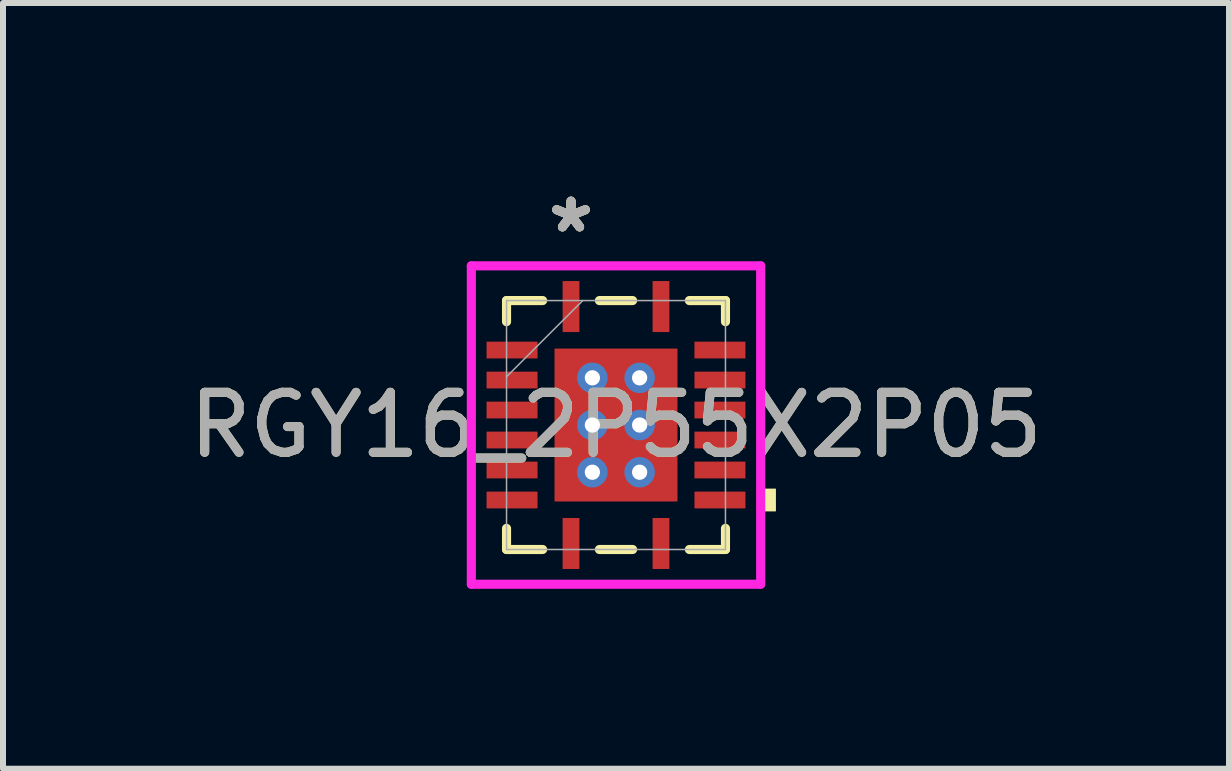
<source format=kicad_pcb>
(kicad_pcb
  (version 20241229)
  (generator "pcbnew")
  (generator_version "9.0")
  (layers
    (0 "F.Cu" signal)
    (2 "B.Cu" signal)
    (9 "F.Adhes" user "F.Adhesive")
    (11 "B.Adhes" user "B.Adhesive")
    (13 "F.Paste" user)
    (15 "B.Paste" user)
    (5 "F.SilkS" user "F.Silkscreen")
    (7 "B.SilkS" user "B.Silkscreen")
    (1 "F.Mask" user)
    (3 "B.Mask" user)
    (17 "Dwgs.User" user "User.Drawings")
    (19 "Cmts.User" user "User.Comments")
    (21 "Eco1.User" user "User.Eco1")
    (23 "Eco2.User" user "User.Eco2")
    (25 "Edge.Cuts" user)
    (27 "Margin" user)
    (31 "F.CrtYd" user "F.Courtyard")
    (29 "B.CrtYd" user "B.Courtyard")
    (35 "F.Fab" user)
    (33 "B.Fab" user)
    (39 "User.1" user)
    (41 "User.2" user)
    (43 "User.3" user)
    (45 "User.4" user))
  (footprint "RGY16_2P55X2P05"
    (layer "F.Cu")
    (at 7.22 4.036)
    (property "Reference" "RGY16_2P55X2P05" (at 0 0 0) (unlocked yes) (layer "F.SilkS") (effects (font (size 1 1) (thickness 0.15))))
    (attr smd)
    (fp_poly (pts (xy -2.228 -1.46) (xy -2.228 -1.04) (xy -1.238 -1.04) (xy -1.238 -1.46)) (stroke (width 0) (type solid)) (fill yes) (layer "F.Mask"))
    (fp_poly (pts (xy -2.228 -0.96) (xy -2.228 -0.54) (xy -1.238 -0.54) (xy -1.238 -0.96)) (stroke (width 0) (type solid)) (fill yes) (layer "F.Mask"))
    (fp_poly (pts (xy -2.228 -0.46) (xy -2.228 -0.04) (xy -1.238 -0.04) (xy -1.238 -0.46)) (stroke (width 0) (type solid)) (fill yes) (layer "F.Mask"))
    (fp_poly (pts (xy -2.228 0.04) (xy -2.228 0.46) (xy -1.238 0.46) (xy -1.238 0.04)) (stroke (width 0) (type solid)) (fill yes) (layer "F.Mask"))
    (fp_poly (pts (xy -2.228 0.54) (xy -2.228 0.96) (xy -1.238 0.96) (xy -1.238 0.54)) (stroke (width 0) (type solid)) (fill yes) (layer "F.Mask"))
    (fp_poly (pts (xy -2.228 1.04) (xy -2.228 1.46) (xy -1.238 1.46) (xy -1.238 1.04)) (stroke (width 0) (type solid)) (fill yes) (layer "F.Mask"))
    (fp_poly (pts (xy -1.089 -1.339) (xy -0.594 -1.339) (xy -0.594 1.339) (xy -1.089 1.339)) (stroke (width 0) (type solid)) (fill yes) (layer "F.Mask"))
    (fp_poly (pts (xy -1.089 -1.339) (xy 1.089 -1.339) (xy 1.089 -0.987) (xy -1.089 -0.987)) (stroke (width 0) (type solid)) (fill yes) (layer "F.Mask"))
    (fp_poly (pts (xy -1.089 -0.587) (xy 1.089 -0.587) (xy 1.089 -0.2) (xy -1.089 -0.2)) (stroke (width 0) (type solid)) (fill yes) (layer "F.Mask"))
    (fp_poly (pts (xy -1.089 0.2) (xy 1.089 0.2) (xy 1.089 0.587) (xy -1.089 0.587)) (stroke (width 0) (type solid)) (fill yes) (layer "F.Mask"))
    (fp_poly (pts (xy -1.089 0.987) (xy 1.089 0.987) (xy 1.089 1.339) (xy -1.089 1.339)) (stroke (width 0) (type solid)) (fill yes) (layer "F.Mask"))
    (fp_poly (pts (xy -0.96 -2.47) (xy -0.96 -1.48) (xy -0.54 -1.48) (xy -0.54 -2.47)) (stroke (width 0) (type solid)) (fill yes) (layer "F.Mask"))
    (fp_poly (pts (xy -0.96 1.48) (xy -0.96 2.47) (xy -0.54 2.47) (xy -0.54 1.48)) (stroke (width 0) (type solid)) (fill yes) (layer "F.Mask"))
    (fp_poly (pts (xy 0.194 -1.339) (xy -0.194 -1.339) (xy -0.194 1.339) (xy 0.194 1.339)) (stroke (width 0) (type solid)) (fill yes) (layer "F.Mask"))
    (fp_poly (pts (xy 0.54 -2.47) (xy 0.54 -1.48) (xy 0.96 -1.48) (xy 0.96 -2.47)) (stroke (width 0) (type solid)) (fill yes) (layer "F.Mask"))
    (fp_poly (pts (xy 0.54 1.48) (xy 0.54 2.47) (xy 0.96 2.47) (xy 0.96 1.48)) (stroke (width 0) (type solid)) (fill yes) (layer "F.Mask"))
    (fp_poly (pts (xy 0.594 -1.339) (xy 1.089 -1.339) (xy 1.089 1.339) (xy 0.594 1.339)) (stroke (width 0) (type solid)) (fill yes) (layer "F.Mask"))
    (fp_poly (pts (xy 1.238 -1.46) (xy 1.238 -1.04) (xy 2.228 -1.04) (xy 2.228 -1.46)) (stroke (width 0) (type solid)) (fill yes) (layer "F.Mask"))
    (fp_poly (pts (xy 1.238 -0.96) (xy 1.238 -0.54) (xy 2.228 -0.54) (xy 2.228 -0.96)) (stroke (width 0) (type solid)) (fill yes) (layer "F.Mask"))
    (fp_poly (pts (xy 1.238 -0.46) (xy 1.238 -0.04) (xy 2.228 -0.04) (xy 2.228 -0.46)) (stroke (width 0) (type solid)) (fill yes) (layer "F.Mask"))
    (fp_poly (pts (xy 1.238 0.04) (xy 1.238 0.46) (xy 2.228 0.46) (xy 2.228 0.04)) (stroke (width 0) (type solid)) (fill yes) (layer "F.Mask"))
    (fp_poly (pts (xy 1.238 0.54) (xy 1.238 0.96) (xy 2.228 0.96) (xy 2.228 0.54)) (stroke (width 0) (type solid)) (fill yes) (layer "F.Mask"))
    (fp_poly (pts (xy 1.238 1.04) (xy 1.238 1.46) (xy 2.228 1.46) (xy 2.228 1.04)) (stroke (width 0) (type solid)) (fill yes) (layer "F.Mask"))
    (fp_line (start -1.825 -2.075) (end -1.825 -1.723) (stroke (width 0.152) (type solid)) (layer "F.SilkS"))
    (fp_line (start -1.825 1.723) (end -1.825 2.075) (stroke (width 0.152) (type solid)) (layer "F.SilkS"))
    (fp_line (start -1.825 2.075) (end -1.223 2.075) (stroke (width 0.152) (type solid)) (layer "F.SilkS"))
    (fp_line (start -1.223 -2.075) (end -1.825 -2.075) (stroke (width 0.152) (type solid)) (layer "F.SilkS"))
    (fp_line (start -0.277 2.075) (end 0.277 2.075) (stroke (width 0.152) (type solid)) (layer "F.SilkS"))
    (fp_line (start 0.277 -2.075) (end -0.277 -2.075) (stroke (width 0.152) (type solid)) (layer "F.SilkS"))
    (fp_line (start 1.223 2.075) (end 1.825 2.075) (stroke (width 0.152) (type solid)) (layer "F.SilkS"))
    (fp_line (start 1.825 -2.075) (end 1.223 -2.075) (stroke (width 0.152) (type solid)) (layer "F.SilkS"))
    (fp_line (start 1.825 -1.723) (end 1.825 -2.075) (stroke (width 0.152) (type solid)) (layer "F.SilkS"))
    (fp_line (start 1.825 2.075) (end 1.825 1.723) (stroke (width 0.152) (type solid)) (layer "F.SilkS"))
    (fp_poly (pts (xy 2.666 1.06) (xy 2.666 1.44) (xy 2.412 1.44) (xy 2.412 1.06)) (stroke (width 0) (type solid)) (fill yes) (layer "F.SilkS"))
    (fp_poly (pts (xy -2.133 -1.365) (xy -2.133 -1.135) (xy -1.333 -1.135) (xy -1.333 -1.365)) (stroke (width 0) (type solid)) (fill yes) (layer "F.Paste"))
    (fp_poly (pts (xy -2.133 -0.865) (xy -2.133 -0.635) (xy -1.333 -0.635) (xy -1.333 -0.865)) (stroke (width 0) (type solid)) (fill yes) (layer "F.Paste"))
    (fp_poly (pts (xy -2.133 -0.365) (xy -2.133 -0.135) (xy -1.333 -0.135) (xy -1.333 -0.365)) (stroke (width 0) (type solid)) (fill yes) (layer "F.Paste"))
    (fp_poly (pts (xy -2.133 0.135) (xy -2.133 0.365) (xy -1.333 0.365) (xy -1.333 0.135)) (stroke (width 0) (type solid)) (fill yes) (layer "F.Paste"))
    (fp_poly (pts (xy -2.133 0.635) (xy -2.133 0.865) (xy -1.333 0.865) (xy -1.333 0.635)) (stroke (width 0) (type solid)) (fill yes) (layer "F.Paste"))
    (fp_poly (pts (xy -2.133 1.135) (xy -2.133 1.365) (xy -1.333 1.365) (xy -1.333 1.135)) (stroke (width 0) (type solid)) (fill yes) (layer "F.Paste"))
    (fp_poly (pts (xy -0.865 -2.375) (xy -0.865 -1.575) (xy -0.635 -1.575) (xy -0.635 -2.375)) (stroke (width 0) (type solid)) (fill yes) (layer "F.Paste"))
    (fp_poly (pts (xy -0.865 1.575) (xy -0.865 2.375) (xy -0.635 2.375) (xy -0.635 1.575)) (stroke (width 0) (type solid)) (fill yes) (layer "F.Paste"))
    (fp_poly (pts (xy 0.635 -2.375) (xy 0.635 -1.575) (xy 0.865 -1.575) (xy 0.865 -2.375)) (stroke (width 0) (type solid)) (fill yes) (layer "F.Paste"))
    (fp_poly (pts (xy 0.635 1.575) (xy 0.635 2.375) (xy 0.865 2.375) (xy 0.865 1.575)) (stroke (width 0) (type solid)) (fill yes) (layer "F.Paste"))
    (fp_poly (pts (xy 1.333 -1.365) (xy 1.333 -1.135) (xy 2.133 -1.135) (xy 2.133 -1.365)) (stroke (width 0) (type solid)) (fill yes) (layer "F.Paste"))
    (fp_poly (pts (xy 1.333 -0.865) (xy 1.333 -0.635) (xy 2.133 -0.635) (xy 2.133 -0.865)) (stroke (width 0) (type solid)) (fill yes) (layer "F.Paste"))
    (fp_poly (pts (xy 1.333 -0.365) (xy 1.333 -0.135) (xy 2.133 -0.135) (xy 2.133 -0.365)) (stroke (width 0) (type solid)) (fill yes) (layer "F.Paste"))
    (fp_poly (pts (xy 1.333 0.135) (xy 1.333 0.365) (xy 2.133 0.365) (xy 2.133 0.135)) (stroke (width 0) (type solid)) (fill yes) (layer "F.Paste"))
    (fp_poly (pts (xy 1.333 0.635) (xy 1.333 0.865) (xy 2.133 0.865) (xy 2.133 0.635)) (stroke (width 0) (type solid)) (fill yes) (layer "F.Paste"))
    (fp_poly (pts (xy 1.333 1.135) (xy 1.333 1.365) (xy 2.133 1.365) (xy 2.133 1.135)) (stroke (width 0) (type solid)) (fill yes) (layer "F.Paste"))
    (fp_poly (pts (xy -0.95 -1.2) (xy -0.95 -0.887) (xy -0.635 -0.887) (xy -0.494 -1.029) (xy -0.494 -1.2)) (stroke (width 0) (type solid)) (fill yes) (layer "F.Paste"))
    (fp_poly (pts (xy -0.95 0.887) (xy -0.95 1.2) (xy -0.494 1.2) (xy -0.494 1.029) (xy -0.635 0.887)) (stroke (width 0) (type solid)) (fill yes) (layer "F.Paste"))
    (fp_poly (pts (xy 0.494 -1.2) (xy 0.494 -1.029) (xy 0.635 -0.887) (xy 0.95 -0.887) (xy 0.95 -1.2)) (stroke (width 0) (type solid)) (fill yes) (layer "F.Paste"))
    (fp_poly (pts (xy 0.635 0.887) (xy 0.494 1.029) (xy 0.494 1.2) (xy 0.95 1.2) (xy 0.95 0.887)) (stroke (width 0) (type solid)) (fill yes) (layer "F.Paste"))
    (fp_poly (pts (xy -0.95 -0.687) (xy -0.95 -0.1) (xy -0.635 -0.1) (xy -0.494 -0.241) (xy -0.494 -0.546) (xy -0.635 -0.687)) (stroke (width 0) (type solid)) (fill yes) (layer "F.Paste"))
    (fp_poly (pts (xy -0.95 0.1) (xy -0.95 0.687) (xy -0.635 0.687) (xy -0.494 0.546) (xy -0.494 0.241) (xy -0.635 0.1)) (stroke (width 0) (type solid)) (fill yes) (layer "F.Paste"))
    (fp_poly (pts (xy -0.294 -1.2) (xy -0.294 -1.029) (xy -0.152 -0.887) (xy 0.152 -0.887) (xy 0.294 -1.029) (xy 0.294 -1.2)) (stroke (width 0) (type solid)) (fill yes) (layer "F.Paste"))
    (fp_poly (pts (xy -0.152 0.887) (xy -0.294 1.029) (xy -0.294 1.2) (xy 0.294 1.2) (xy 0.294 1.029) (xy 0.152 0.887)) (stroke (width 0) (type solid)) (fill yes) (layer "F.Paste"))
    (fp_poly (pts (xy 0.635 -0.687) (xy 0.494 -0.546) (xy 0.494 -0.241) (xy 0.635 -0.1) (xy 0.95 -0.1) (xy 0.95 -0.687)) (stroke (width 0) (type solid)) (fill yes) (layer "F.Paste"))
    (fp_poly (pts (xy 0.635 0.1) (xy 0.494 0.241) (xy 0.494 0.546) (xy 0.635 0.687) (xy 0.95 0.687) (xy 0.95 0.1)) (stroke (width 0) (type solid)) (fill yes) (layer "F.Paste"))
    (fp_poly (pts (xy -0.152 -0.687) (xy -0.294 -0.546) (xy -0.294 -0.241) (xy -0.152 -0.1) (xy 0.152 -0.1) (xy 0.294 -0.241) (xy 0.294 -0.546) (xy 0.152 -0.687)) (stroke (width 0) (type solid)) (fill yes) (layer "F.Paste"))
    (fp_poly (pts (xy -0.152 0.1) (xy -0.294 0.241) (xy -0.294 0.546) (xy -0.152 0.687) (xy 0.152 0.687) (xy 0.294 0.546) (xy 0.294 0.241) (xy 0.152 0.1)) (stroke (width 0) (type solid)) (fill yes) (layer "F.Paste"))
    (fp_line (start -2.412 -2.654) (end 2.412 -2.654) (stroke (width 0.152) (type solid)) (layer "F.CrtYd"))
    (fp_line (start -2.412 2.654) (end -2.412 -2.654) (stroke (width 0.152) (type solid)) (layer "F.CrtYd"))
    (fp_line (start 2.412 -2.654) (end 2.412 2.654) (stroke (width 0.152) (type solid)) (layer "F.CrtYd"))
    (fp_line (start 2.412 2.654) (end -2.412 2.654) (stroke (width 0.152) (type solid)) (layer "F.CrtYd"))
    (fp_line (start -1.825 -2.075) (end -1.825 2.075) (stroke (width 0.025) (type solid)) (layer "F.Fab"))
    (fp_line (start -1.825 -0.805) (end -0.555 -2.075) (stroke (width 0.025) (type solid)) (layer "F.Fab"))
    (fp_line (start -1.825 2.075) (end 1.825 2.075) (stroke (width 0.025) (type solid)) (layer "F.Fab"))
    (fp_line (start 1.825 -2.075) (end -1.825 -2.075) (stroke (width 0.025) (type solid)) (layer "F.Fab"))
    (fp_line (start 1.825 2.075) (end 1.825 -2.075) (stroke (width 0.025) (type solid)) (layer "F.Fab"))
    (fp_text user "*" (at -0.75 -3.187 0) (layer "F.SilkS") (effects (font (size 1 1) (thickness 0.15))))
    (fp_text user "*" (at -0.75 -3.187 0) (unlocked yes) (layer "F.SilkS") (effects (font (size 1 1) (thickness 0.15))))
    (fp_text user "*" (at -0.75 -3.187 0) (unlocked yes) (layer "F.Fab") (effects (font (size 1 1) (thickness 0.15))))
    (fp_text user "*" (at -0.75 -3.187 0) (layer "F.Fab") (effects (font (size 1 1) (thickness 0.15))))
    (fp_text user "${REFERENCE}" (at 0 0 0) (unlocked yes) (layer "F.Fab") (effects (font (size 1 1) (thickness 0.15))))
    (pad "1" smd rect (at -0.75 -1.975) (size 0.28 0.85) (layers "F.Cu" "F.Mask"))
    (pad "2" smd rect (at -1.733 -1.25 90) (size 0.28 0.85) (layers "F.Cu" "F.Mask"))
    (pad "3" smd rect (at -1.733 -0.75 90) (size 0.28 0.85) (layers "F.Cu" "F.Mask"))
    (pad "4" smd rect (at -1.733 -0.25 90) (size 0.28 0.85) (layers "F.Cu" "F.Mask"))
    (pad "5" smd rect (at -1.733 0.25 90) (size 0.28 0.85) (layers "F.Cu" "F.Mask"))
    (pad "6" smd rect (at -1.733 0.75 90) (size 0.28 0.85) (layers "F.Cu" "F.Mask"))
    (pad "7" smd rect (at -1.733 1.25 90) (size 0.28 0.85) (layers "F.Cu" "F.Mask"))
    (pad "8" smd rect (at -0.75 1.975) (size 0.28 0.85) (layers "F.Cu" "F.Mask"))
    (pad "9" smd rect (at 0.75 1.975) (size 0.28 0.85) (layers "F.Cu" "F.Mask"))
    (pad "10" smd rect (at 1.733 1.25 90) (size 0.28 0.85) (layers "F.Cu" "F.Mask"))
    (pad "11" smd rect (at 1.733 0.75 90) (size 0.28 0.85) (layers "F.Cu" "F.Mask"))
    (pad "12" smd rect (at 1.733 0.25 90) (size 0.28 0.85) (layers "F.Cu" "F.Mask"))
    (pad "13" smd rect (at 1.733 -0.25 90) (size 0.28 0.85) (layers "F.Cu" "F.Mask"))
    (pad "14" smd rect (at 1.733 -0.75 90) (size 0.28 0.85) (layers "F.Cu" "F.Mask"))
    (pad "15" smd rect (at 1.733 -1.25 90) (size 0.28 0.85) (layers "F.Cu" "F.Mask"))
    (pad "16" smd rect (at 0.75 -1.975) (size 0.28 0.85) (layers "F.Cu" "F.Mask"))
    (pad "17" smd rect (at 0 0) (size 2.05 2.55) (layers "F.Cu"))
    (pad "V" thru_hole circle (at -0.394 -0.787) (size 0.508 0.508) (drill 0.254) (layers "*.Cu" "*.Mask"))
    (pad "V" thru_hole circle (at -0.394 0) (size 0.508 0.508) (drill 0.254) (layers "*.Cu" "*.Mask"))
    (pad "V" thru_hole circle (at -0.394 0.787) (size 0.508 0.508) (drill 0.254) (layers "*.Cu" "*.Mask"))
    (pad "V" thru_hole circle (at 0.394 -0.787) (size 0.508 0.508) (drill 0.254) (layers "*.Cu" "*.Mask"))
    (pad "V" thru_hole circle (at 0.394 0) (size 0.508 0.508) (drill 0.254) (layers "*.Cu" "*.Mask"))
    (pad "V" thru_hole circle (at 0.394 0.787) (size 0.508 0.508) (drill 0.254) (layers "*.Cu" "*.Mask")))
  (gr_rect
    (start -3 -3)
    (end 17.44 9.766)
    (stroke (width 0.1) (type default))
    (fill no)
    (layer "Edge.Cuts")))
</source>
